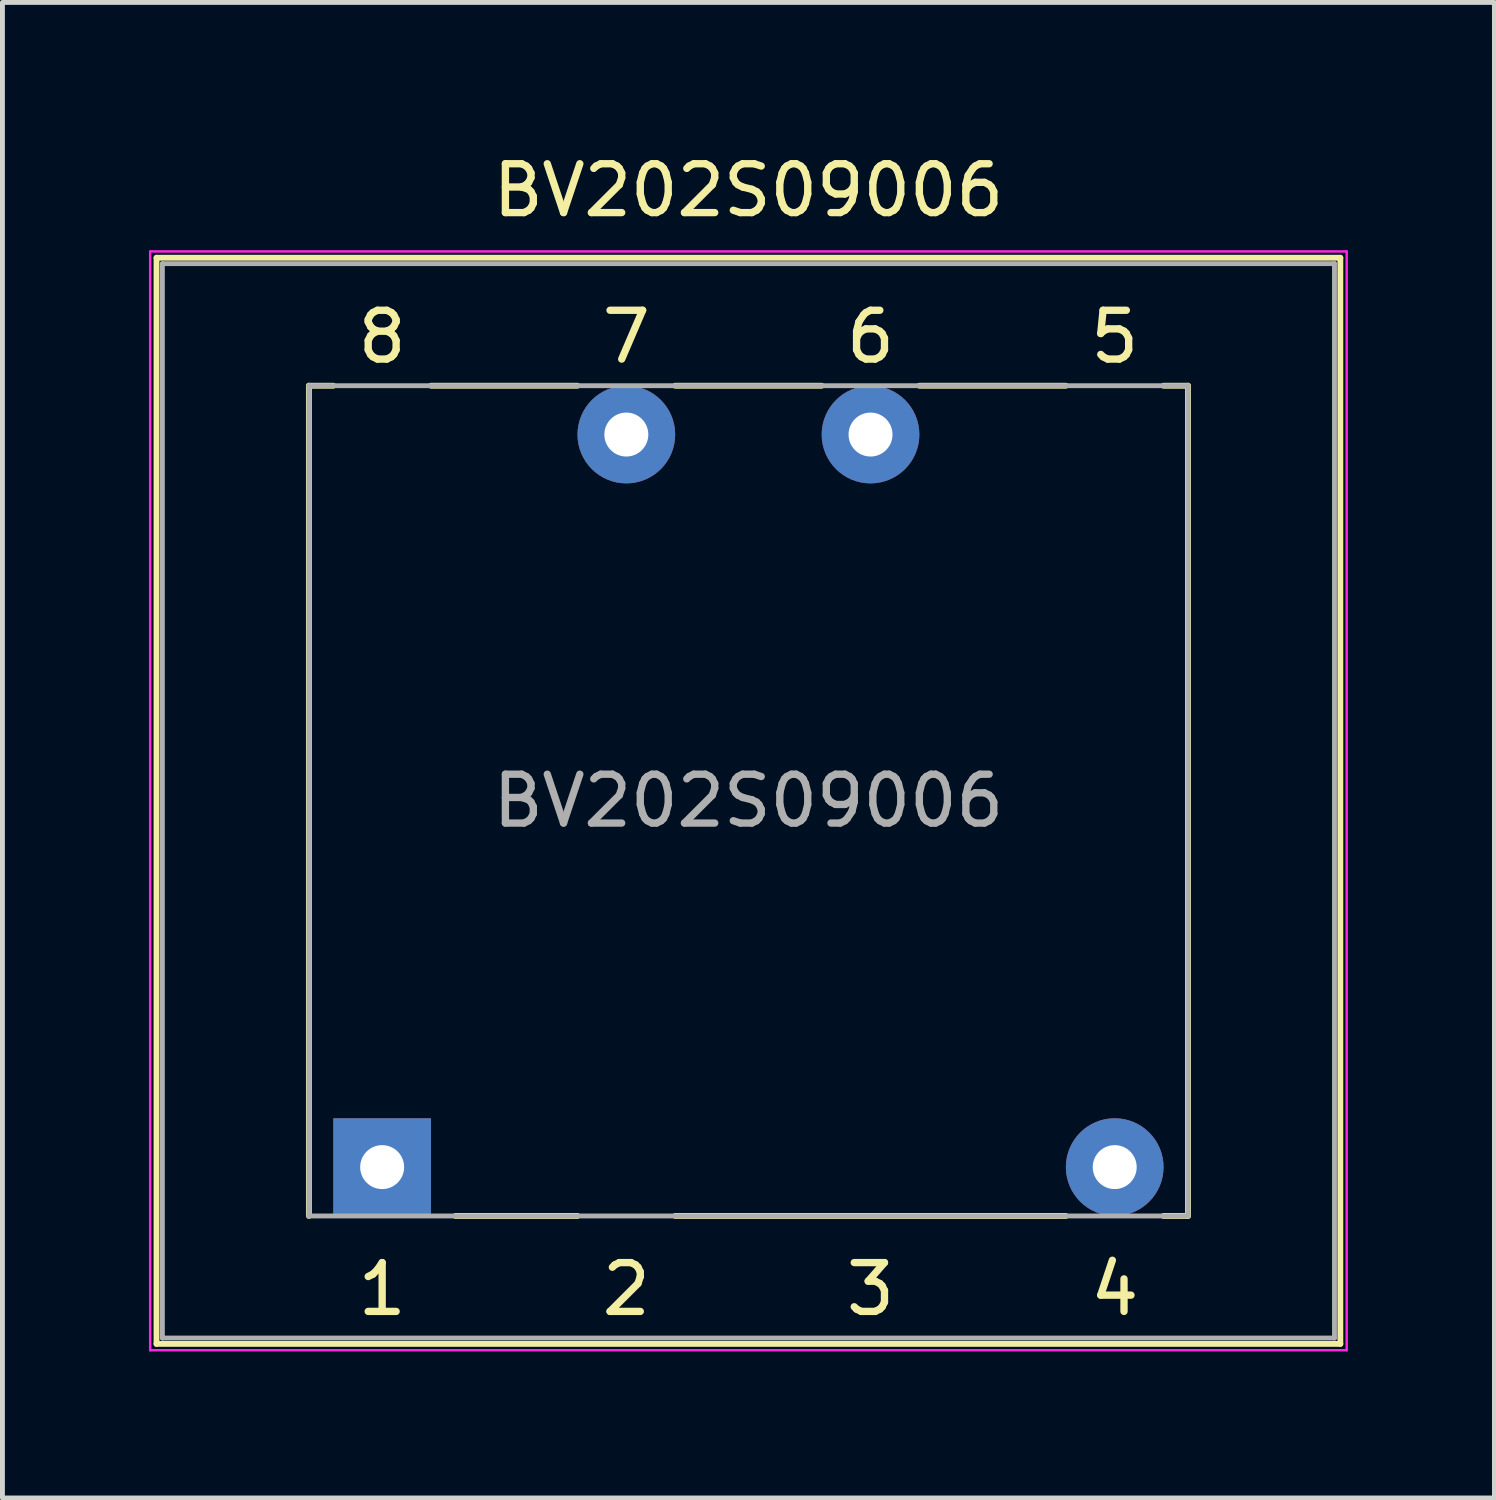
<source format=kicad_pcb>
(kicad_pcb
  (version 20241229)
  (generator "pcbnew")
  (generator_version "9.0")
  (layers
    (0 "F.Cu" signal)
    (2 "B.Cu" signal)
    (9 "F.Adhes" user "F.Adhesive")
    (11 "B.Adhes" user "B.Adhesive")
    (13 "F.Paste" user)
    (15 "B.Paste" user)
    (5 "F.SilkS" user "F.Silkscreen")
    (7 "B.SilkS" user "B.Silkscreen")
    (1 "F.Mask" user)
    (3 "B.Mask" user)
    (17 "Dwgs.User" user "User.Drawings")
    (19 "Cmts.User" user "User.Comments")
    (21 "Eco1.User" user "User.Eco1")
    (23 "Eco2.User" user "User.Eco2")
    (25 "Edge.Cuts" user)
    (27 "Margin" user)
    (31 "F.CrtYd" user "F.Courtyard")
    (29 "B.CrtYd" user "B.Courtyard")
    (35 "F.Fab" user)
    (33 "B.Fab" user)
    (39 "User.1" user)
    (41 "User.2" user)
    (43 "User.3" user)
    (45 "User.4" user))
  (footprint "BV202S09006"
    (layer "F.Cu")
    (at 4.775 20.848)
    (property "Reference" "BV202S09006" (at 7.5 -20 0) (layer "F.SilkS") (effects (font (size 1 1) (thickness 0.15))))
    (attr through_hole)
    (fp_line (start -4.62 -18.62) (end -4.62 3.62) (stroke (width 0.12) (type solid)) (layer "F.SilkS"))
    (fp_line (start -4.62 -18.62) (end 19.62 -18.62) (stroke (width 0.12) (type solid)) (layer "F.SilkS"))
    (fp_line (start -1.5 1) (end -1.5 -16) (stroke (width 0.12) (type solid)) (layer "F.SilkS"))
    (fp_line (start -1 -16) (end -1.5 -16) (stroke (width 0.12) (type solid)) (layer "F.SilkS"))
    (fp_line (start 1 -16) (end 4 -16) (stroke (width 0.12) (type solid)) (layer "F.SilkS"))
    (fp_line (start 4 1) (end 1.5 1) (stroke (width 0.12) (type solid)) (layer "F.SilkS"))
    (fp_line (start 6 -16) (end 9 -16) (stroke (width 0.12) (type solid)) (layer "F.SilkS"))
    (fp_line (start 6 1) (end 14 1) (stroke (width 0.12) (type solid)) (layer "F.SilkS"))
    (fp_line (start 11 -16) (end 14 -16) (stroke (width 0.12) (type solid)) (layer "F.SilkS"))
    (fp_line (start 16 -16) (end 16.5 -16) (stroke (width 0.12) (type solid)) (layer "F.SilkS"))
    (fp_line (start 16 1) (end 16.5 1) (stroke (width 0.12) (type solid)) (layer "F.SilkS"))
    (fp_line (start 16.5 1) (end 16.5 -16) (stroke (width 0.12) (type solid)) (layer "F.SilkS"))
    (fp_line (start 19.62 3.62) (end -4.62 3.62) (stroke (width 0.12) (type solid)) (layer "F.SilkS"))
    (fp_line (start 19.62 3.62) (end 19.62 -18.62) (stroke (width 0.12) (type solid)) (layer "F.SilkS"))
    (fp_line (start -4.75 -18.75) (end -4.75 3.75) (stroke (width 0.05) (type solid)) (layer "F.CrtYd"))
    (fp_line (start -4.75 -18.75) (end 19.75 -18.75) (stroke (width 0.05) (type solid)) (layer "F.CrtYd"))
    (fp_line (start 19.75 3.75) (end -4.75 3.75) (stroke (width 0.05) (type solid)) (layer "F.CrtYd"))
    (fp_line (start 19.75 3.75) (end 19.75 -18.75) (stroke (width 0.05) (type solid)) (layer "F.CrtYd"))
    (fp_line (start -4.5 -18.5) (end 19.5 -18.5) (stroke (width 0.1) (type solid)) (layer "F.Fab"))
    (fp_line (start -4.5 3.5) (end -4.5 -18.5) (stroke (width 0.1) (type solid)) (layer "F.Fab"))
    (fp_line (start -1.5 -16) (end 16.5 -16) (stroke (width 0.1) (type solid)) (layer "F.Fab"))
    (fp_line (start -1.5 1) (end -1.5 -16) (stroke (width 0.1) (type solid)) (layer "F.Fab"))
    (fp_line (start 16.5 -16) (end 16.5 1) (stroke (width 0.1) (type solid)) (layer "F.Fab"))
    (fp_line (start 16.5 1) (end -1.5 1) (stroke (width 0.1) (type solid)) (layer "F.Fab"))
    (fp_line (start 19.5 -18.5) (end 19.5 3.5) (stroke (width 0.1) (type solid)) (layer "F.Fab"))
    (fp_line (start 19.5 3.5) (end -4.5 3.5) (stroke (width 0.1) (type solid)) (layer "F.Fab"))
    (fp_text user "2" (at 5 2.5 0) (layer "F.SilkS") (effects (font (size 1 1) (thickness 0.15))))
    (fp_text user "8" (at 0 -17 0) (layer "F.SilkS") (effects (font (size 1 1) (thickness 0.15))))
    (fp_text user "3" (at 10 2.5 0) (layer "F.SilkS") (effects (font (size 1 1) (thickness 0.15))))
    (fp_text user "4" (at 15 2.5 0) (layer "F.SilkS") (effects (font (size 1 1) (thickness 0.15))))
    (fp_text user "6" (at 10 -17 0) (layer "F.SilkS") (effects (font (size 1 1) (thickness 0.15))))
    (fp_text user "1" (at 0 2.5 0) (layer "F.SilkS") (effects (font (size 1 1) (thickness 0.15))))
    (fp_text user "5" (at 15 -17 0) (layer "F.SilkS") (effects (font (size 1 1) (thickness 0.15))))
    (fp_text user "7" (at 5 -17 0) (layer "F.SilkS") (effects (font (size 1 1) (thickness 0.15))))
    (fp_text user "${REFERENCE}" (at 7.5 -7.5 0) (layer "F.Fab") (effects (font (size 1 1) (thickness 0.15))))
    (pad "1" thru_hole rect (at 0 0) (size 2 2) (drill 0.9) (layers "*.Cu" "*.Mask"))
    (pad "4" thru_hole circle (at 15 0) (size 2 2) (drill 0.9) (layers "*.Cu" "*.Mask"))
    (pad "6" thru_hole circle (at 10 -15) (size 2 2) (drill 0.9) (layers "*.Cu" "*.Mask"))
    (pad "7" thru_hole circle (at 5 -15) (size 2 2) (drill 0.9) (layers "*.Cu" "*.Mask")))
  (gr_rect
    (start -3 -3)
    (end 27.55 27.623)
    (stroke (width 0.1) (type default))
    (fill no)
    (layer "Edge.Cuts")))
</source>
